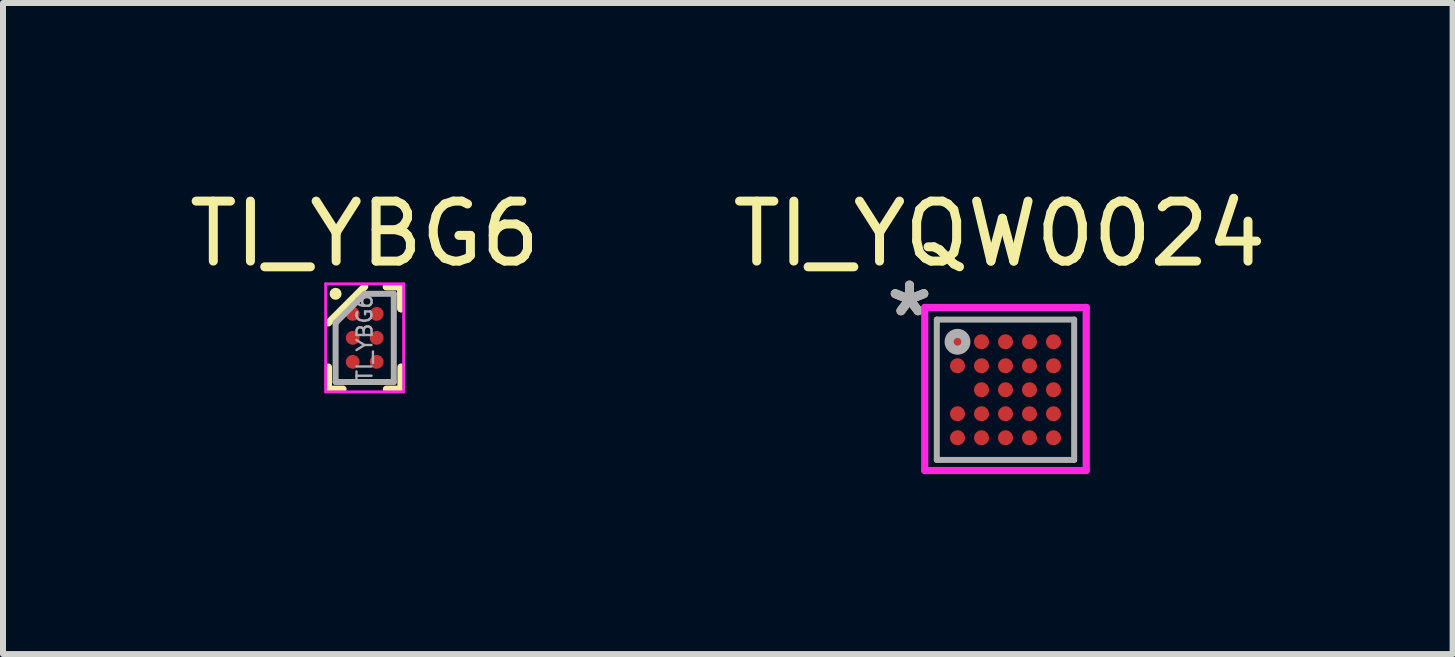
<source format=kicad_pcb>
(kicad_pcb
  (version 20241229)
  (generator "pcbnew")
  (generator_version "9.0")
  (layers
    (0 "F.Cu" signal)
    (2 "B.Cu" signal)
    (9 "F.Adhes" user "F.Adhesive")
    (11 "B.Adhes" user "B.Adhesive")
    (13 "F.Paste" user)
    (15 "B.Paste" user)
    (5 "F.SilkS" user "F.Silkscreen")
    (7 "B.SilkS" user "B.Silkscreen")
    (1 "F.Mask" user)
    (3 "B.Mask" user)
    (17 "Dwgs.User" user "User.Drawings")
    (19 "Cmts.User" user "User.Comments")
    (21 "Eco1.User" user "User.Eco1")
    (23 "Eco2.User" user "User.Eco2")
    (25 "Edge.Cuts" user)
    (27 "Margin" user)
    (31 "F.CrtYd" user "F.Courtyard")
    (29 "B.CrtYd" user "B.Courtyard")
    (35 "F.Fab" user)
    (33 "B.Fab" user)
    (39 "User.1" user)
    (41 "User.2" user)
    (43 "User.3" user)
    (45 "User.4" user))
  (footprint "TI_YQW0024"
    (layer "F.Cu")
    (at 13.713 3.448)
    (property "Reference" "TI_YQW0024" (at -0.1 -2.6 0) (layer "F.SilkS") (effects (font (size 1 1) (thickness 0.15))))
    (attr smd)
    (fp_poly (pts (xy -0.725 -0.325) (xy -0.875 -0.325) (xy -0.875 -0.475) (xy -0.725 -0.475)) (stroke (width 0.1) (type solid)) (fill yes) (layer "F.Paste"))
    (fp_poly (pts (xy -0.725 0.475) (xy -0.875 0.475) (xy -0.875 0.325) (xy -0.725 0.325)) (stroke (width 0.1) (type solid)) (fill yes) (layer "F.Paste"))
    (fp_poly (pts (xy -0.725 0.875) (xy -0.875 0.875) (xy -0.875 0.725) (xy -0.725 0.725)) (stroke (width 0.1) (type solid)) (fill yes) (layer "F.Paste"))
    (fp_poly (pts (xy -0.725 -0.725) (xy -0.875 -0.725) (xy -0.875 -0.875) (xy -0.725 -0.875)) (stroke (width 0.1) (type solid)) (fill yes) (layer "F.Paste"))
    (fp_poly (pts (xy -0.325 -0.725) (xy -0.475 -0.725) (xy -0.475 -0.875) (xy -0.325 -0.875)) (stroke (width 0.1) (type solid)) (fill yes) (layer "F.Paste"))
    (fp_poly (pts (xy -0.325 -0.325) (xy -0.475 -0.325) (xy -0.475 -0.475) (xy -0.325 -0.475)) (stroke (width 0.1) (type solid)) (fill yes) (layer "F.Paste"))
    (fp_poly (pts (xy -0.325 0.075) (xy -0.475 0.075) (xy -0.475 -0.075) (xy -0.325 -0.075)) (stroke (width 0.1) (type solid)) (fill yes) (layer "F.Paste"))
    (fp_poly (pts (xy -0.325 0.475) (xy -0.475 0.475) (xy -0.475 0.325) (xy -0.325 0.325)) (stroke (width 0.1) (type solid)) (fill yes) (layer "F.Paste"))
    (fp_poly (pts (xy -0.325 0.875) (xy -0.475 0.875) (xy -0.475 0.725) (xy -0.325 0.725)) (stroke (width 0.1) (type solid)) (fill yes) (layer "F.Paste"))
    (fp_poly (pts (xy 0.07 -0.325) (xy -0.08 -0.325) (xy -0.08 -0.475) (xy 0.07 -0.475)) (stroke (width 0.1) (type solid)) (fill yes) (layer "F.Paste"))
    (fp_poly (pts (xy 0.075 -0.725) (xy -0.075 -0.725) (xy -0.075 -0.875) (xy 0.075 -0.875)) (stroke (width 0.1) (type solid)) (fill yes) (layer "F.Paste"))
    (fp_poly (pts (xy 0.075 0.075) (xy -0.075 0.075) (xy -0.075 -0.075) (xy 0.075 -0.075)) (stroke (width 0.1) (type solid)) (fill yes) (layer "F.Paste"))
    (fp_poly (pts (xy 0.075 0.475) (xy -0.075 0.475) (xy -0.075 0.325) (xy 0.075 0.325)) (stroke (width 0.1) (type solid)) (fill yes) (layer "F.Paste"))
    (fp_poly (pts (xy 0.075 0.875) (xy -0.075 0.875) (xy -0.075 0.725) (xy 0.075 0.725)) (stroke (width 0.1) (type solid)) (fill yes) (layer "F.Paste"))
    (fp_poly (pts (xy 0.475 -0.725) (xy 0.325 -0.725) (xy 0.325 -0.875) (xy 0.475 -0.875)) (stroke (width 0.1) (type solid)) (fill yes) (layer "F.Paste"))
    (fp_poly (pts (xy 0.475 -0.325) (xy 0.325 -0.325) (xy 0.325 -0.475) (xy 0.475 -0.475)) (stroke (width 0.1) (type solid)) (fill yes) (layer "F.Paste"))
    (fp_poly (pts (xy 0.475 0.075) (xy 0.325 0.075) (xy 0.325 -0.075) (xy 0.475 -0.075)) (stroke (width 0.1) (type solid)) (fill yes) (layer "F.Paste"))
    (fp_poly (pts (xy 0.475 0.475) (xy 0.325 0.475) (xy 0.325 0.325) (xy 0.475 0.325)) (stroke (width 0.1) (type solid)) (fill yes) (layer "F.Paste"))
    (fp_poly (pts (xy 0.475 0.875) (xy 0.325 0.875) (xy 0.325 0.725) (xy 0.475 0.725)) (stroke (width 0.1) (type solid)) (fill yes) (layer "F.Paste"))
    (fp_poly (pts (xy 0.875 -0.725) (xy 0.725 -0.725) (xy 0.725 -0.875) (xy 0.875 -0.875)) (stroke (width 0.1) (type solid)) (fill yes) (layer "F.Paste"))
    (fp_poly (pts (xy 0.875 -0.325) (xy 0.725 -0.325) (xy 0.725 -0.475) (xy 0.875 -0.475)) (stroke (width 0.1) (type solid)) (fill yes) (layer "F.Paste"))
    (fp_poly (pts (xy 0.875 0.075) (xy 0.725 0.075) (xy 0.725 -0.075) (xy 0.875 -0.075)) (stroke (width 0.1) (type solid)) (fill yes) (layer "F.Paste"))
    (fp_poly (pts (xy 0.875 0.475) (xy 0.725 0.475) (xy 0.725 0.325) (xy 0.875 0.325)) (stroke (width 0.1) (type solid)) (fill yes) (layer "F.Paste"))
    (fp_poly (pts (xy 0.875 0.875) (xy 0.725 0.875) (xy 0.725 0.725) (xy 0.875 0.725)) (stroke (width 0.1) (type solid)) (fill yes) (layer "F.Paste"))
    (fp_line (start -1.346 -1.372) (end 1.346 -1.372) (stroke (width 0.12) (type solid)) (layer "F.CrtYd"))
    (fp_line (start -1.346 1.346) (end -1.346 -1.372) (stroke (width 0.12) (type solid)) (layer "F.CrtYd"))
    (fp_line (start 1.346 -1.372) (end 1.346 1.346) (stroke (width 0.12) (type solid)) (layer "F.CrtYd"))
    (fp_line (start 1.346 1.346) (end -1.346 1.346) (stroke (width 0.12) (type solid)) (layer "F.CrtYd"))
    (fp_line (start -1.145 -1.17) (end 1.145 -1.17) (stroke (width 0.1) (type solid)) (layer "F.Fab"))
    (fp_line (start -1.145 1.17) (end -1.145 -1.17) (stroke (width 0.1) (type solid)) (layer "F.Fab"))
    (fp_line (start -1.145 1.17) (end 1.145 1.17) (stroke (width 0.1) (type solid)) (layer "F.Fab"))
    (fp_line (start 1.145 1.17) (end 1.145 -1.17) (stroke (width 0.1) (type solid)) (layer "F.Fab"))
    (fp_circle (center -0.8 -0.8) (end -0.66 -0.8) (stroke (width 0.152) (type solid)) (fill no) (layer "F.Fab"))
    (fp_text user "*" (at -1.6 -1.2 0) (layer "F.SilkS") (effects (font (size 1 1) (thickness 0.15))))
    (fp_text user "*" (at -1.6 -1.2 0) (layer "F.Fab") (effects (font (size 1 1) (thickness 0.15))))
    (pad "A1" smd circle (at -0.8 -0.8) (size 0.25 0.25) (layers "F.Cu" "F.Mask"))
    (pad "A2" smd circle (at -0.4 -0.8) (size 0.25 0.25) (layers "F.Cu" "F.Mask"))
    (pad "A3" smd circle (at 0.00001 -0.8) (size 0.25 0.25) (layers "F.Cu" "F.Mask"))
    (pad "A4" smd circle (at 0.4 -0.8) (size 0.25 0.25) (layers "F.Cu" "F.Mask"))
    (pad "A5" smd circle (at 0.8 -0.8) (size 0.25 0.25) (layers "F.Cu" "F.Mask"))
    (pad "B1" smd circle (at -0.8 -0.4) (size 0.25 0.25) (layers "F.Cu" "F.Mask"))
    (pad "B2" smd circle (at -0.4 -0.4) (size 0.25 0.25) (layers "F.Cu" "F.Mask"))
    (pad "B3" smd circle (at 0 -0.4) (size 0.25 0.25) (layers "F.Cu" "F.Mask"))
    (pad "B4" smd circle (at 0.4 -0.4) (size 0.25 0.25) (layers "F.Cu" "F.Mask"))
    (pad "B5" smd circle (at 0.8 -0.4) (size 0.25 0.25) (layers "F.Cu" "F.Mask"))
    (pad "C2" smd circle (at -0.4 0) (size 0.25 0.25) (layers "F.Cu" "F.Mask"))
    (pad "C3" smd circle (at 0 0) (size 0.25 0.25) (layers "F.Cu" "F.Mask"))
    (pad "C4" smd circle (at 0.4 0) (size 0.25 0.25) (layers "F.Cu" "F.Mask"))
    (pad "C5" smd circle (at 0.8 0) (size 0.25 0.25) (layers "F.Cu" "F.Mask"))
    (pad "D1" smd circle (at -0.8 0.4) (size 0.25 0.25) (layers "F.Cu" "F.Mask"))
    (pad "D2" smd circle (at -0.4 0.4) (size 0.25 0.25) (layers "F.Cu" "F.Mask"))
    (pad "D3" smd circle (at 0 0.4) (size 0.25 0.25) (layers "F.Cu" "F.Mask"))
    (pad "D4" smd circle (at 0.4 0.4) (size 0.25 0.25) (layers "F.Cu" "F.Mask"))
    (pad "D5" smd circle (at 0.8 0.4) (size 0.25 0.25) (layers "F.Cu" "F.Mask"))
    (pad "E1" smd circle (at -0.8 0.8) (size 0.25 0.25) (layers "F.Cu" "F.Mask"))
    (pad "E2" smd circle (at -0.4 0.8) (size 0.25 0.25) (layers "F.Cu" "F.Mask"))
    (pad "E3" smd circle (at 0 0.8) (size 0.25 0.25) (layers "F.Cu" "F.Mask"))
    (pad "E4" smd circle (at 0.4 0.8) (size 0.25 0.25) (layers "F.Cu" "F.Mask"))
    (pad "E5" smd circle (at 0.8 0.8) (size 0.25 0.25) (layers "F.Cu" "F.Mask")))
  (footprint "TI_YBG6"
    (layer "F.Cu")
    (at 3.03 2.583)
    (property "Reference" "TI_YBG6" (at 0 -1.735 0) (layer "F.SilkS") (effects (font (size 1 1) (thickness 0.15))))
    (attr smd)
    (fp_line (start -0.605 0.855) (end -0.605 0.487) (stroke (width 0.12) (type solid)) (layer "F.SilkS"))
    (fp_line (start -0.362 0.855) (end -0.605 0.855) (stroke (width 0.12) (type solid)) (layer "F.SilkS"))
    (fp_line (start 0 -0.855) (end -0.605 -0.25) (stroke (width 0.12) (type solid)) (layer "F.SilkS"))
    (fp_line (start 0.362 -0.855) (end 0.605 -0.855) (stroke (width 0.12) (type solid)) (layer "F.SilkS"))
    (fp_line (start 0.362 -0.855) (end 0.605 -0.855) (stroke (width 0.12) (type solid)) (layer "F.SilkS"))
    (fp_line (start 0.362 -0.855) (end 0.605 -0.855) (stroke (width 0.12) (type solid)) (layer "F.SilkS"))
    (fp_line (start 0.362 0.855) (end 0.605 0.855) (stroke (width 0.12) (type solid)) (layer "F.SilkS"))
    (fp_line (start 0.605 -0.855) (end 0.605 -0.487) (stroke (width 0.12) (type solid)) (layer "F.SilkS"))
    (fp_line (start 0.605 -0.855) (end 0.605 -0.487) (stroke (width 0.12) (type solid)) (layer "F.SilkS"))
    (fp_line (start 0.605 -0.855) (end 0.605 -0.487) (stroke (width 0.12) (type solid)) (layer "F.SilkS"))
    (fp_line (start 0.605 0.855) (end 0.605 0.487) (stroke (width 0.12) (type solid)) (layer "F.SilkS"))
    (fp_circle (center -0.485 -0.735) (end -0.435 -0.735) (stroke (width 0.1) (type solid)) (fill no) (layer "F.SilkS"))
    (fp_poly (pts (xy -0.15 -0.35) (xy -0.25 -0.35) (xy -0.25 -0.45) (xy -0.15 -0.45)) (stroke (width 0.1) (type solid)) (fill yes) (layer "F.Paste"))
    (fp_poly (pts (xy -0.15 0.05) (xy -0.25 0.05) (xy -0.25 -0.05) (xy -0.15 -0.05)) (stroke (width 0.1) (type solid)) (fill yes) (layer "F.Paste"))
    (fp_poly (pts (xy -0.15 0.45) (xy -0.25 0.45) (xy -0.25 0.35) (xy -0.15 0.35)) (stroke (width 0.1) (type solid)) (fill yes) (layer "F.Paste"))
    (fp_poly (pts (xy 0.25 -0.35) (xy 0.15 -0.35) (xy 0.15 -0.45) (xy 0.25 -0.45)) (stroke (width 0.1) (type solid)) (fill yes) (layer "F.Paste"))
    (fp_poly (pts (xy 0.25 0.05) (xy 0.15 0.05) (xy 0.15 -0.05) (xy 0.25 -0.05)) (stroke (width 0.1) (type solid)) (fill yes) (layer "F.Paste"))
    (fp_poly (pts (xy 0.25 0.45) (xy 0.15 0.45) (xy 0.15 0.35) (xy 0.25 0.35)) (stroke (width 0.1) (type solid)) (fill yes) (layer "F.Paste"))
    (fp_line (start -0.65 -0.9) (end 0.65 -0.9) (stroke (width 0.05) (type solid)) (layer "F.CrtYd"))
    (fp_line (start -0.65 0.9) (end -0.65 -0.9) (stroke (width 0.05) (type solid)) (layer "F.CrtYd"))
    (fp_line (start 0.65 -0.9) (end 0.65 0.9) (stroke (width 0.05) (type solid)) (layer "F.CrtYd"))
    (fp_line (start 0.65 0.9) (end -0.65 0.9) (stroke (width 0.05) (type solid)) (layer "F.CrtYd"))
    (fp_line (start -0.485 -0.25) (end -0.485 0.735) (stroke (width 0.1) (type solid)) (layer "F.Fab"))
    (fp_line (start -0.485 0.735) (end 0.485 0.735) (stroke (width 0.1) (type solid)) (layer "F.Fab"))
    (fp_line (start 0 -0.735) (end -0.485 -0.25) (stroke (width 0.1) (type solid)) (layer "F.Fab"))
    (fp_line (start 0.485 -0.735) (end 0 -0.735) (stroke (width 0.1) (type solid)) (layer "F.Fab"))
    (fp_line (start 0.485 0.735) (end 0.485 -0.735) (stroke (width 0.1) (type solid)) (layer "F.Fab"))
    (fp_text user "${REFERENCE}" (at 0 0 90) (layer "F.Fab") (effects (font (size 0.25 0.25) (thickness 0.04))))
    (pad "A1" smd circle (at -0.2 -0.4) (size 0.23 0.23) (layers "F.Cu" "F.Mask"))
    (pad "A2" smd circle (at 0.2 -0.4) (size 0.23 0.23) (layers "F.Cu" "F.Mask"))
    (pad "B1" smd circle (at -0.2 0) (size 0.23 0.23) (layers "F.Cu" "F.Mask"))
    (pad "B2" smd circle (at 0.2 0) (size 0.23 0.23) (layers "F.Cu" "F.Mask"))
    (pad "C1" smd circle (at -0.2 0.4) (size 0.23 0.23) (layers "F.Cu" "F.Mask"))
    (pad "C2" smd circle (at 0.2 0.4) (size 0.23 0.23) (layers "F.Cu" "F.Mask")))
  (gr_rect
    (start -3 -3)
    (end 21.167 7.854)
    (stroke (width 0.1) (type default))
    (fill no)
    (layer "Edge.Cuts")))
</source>
